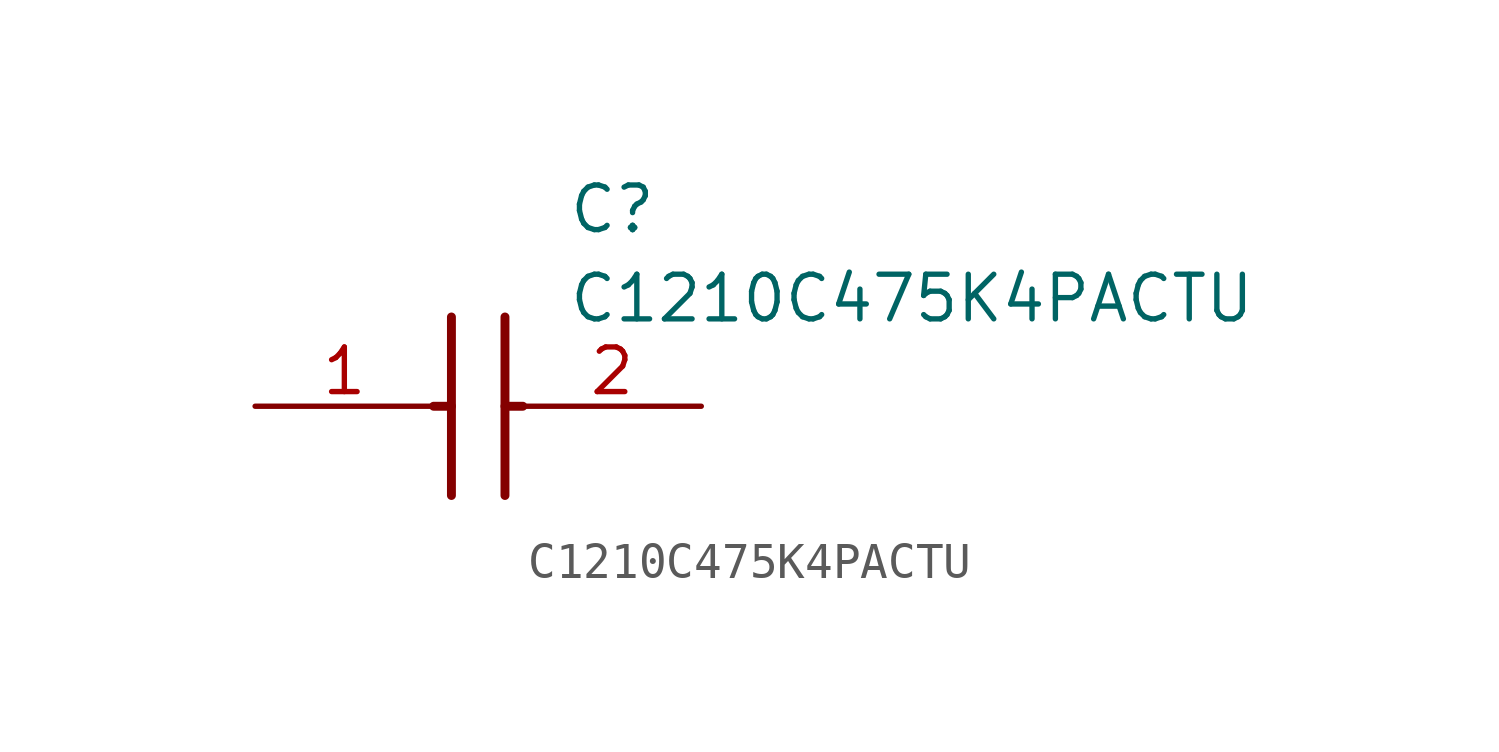
<source format=kicad_sym>
(kicad_symbol_lib
  (version 20211014)
  (generator SamacSys_ECAD_Model)
  (symbol "C1210C475K4PACTU"
    (pin_names hide)
    (property "Reference" "C"
      (at 8.89 6.35 0)
      (effects (font (size 1.27 1.27)) (justify left top)))
    (property "Value" "C1210C475K4PACTU"
      (at 8.89 3.81 0)
      (effects (font (size 1.27 1.27)) (justify left top)))
    (polyline
      (pts (xy 5.588 2.54) (xy 5.588 -2.54))
      (stroke (width 0.254) (type default))
      (fill (type none)))
    (polyline
      (pts (xy 7.112 2.54) (xy 7.112 -2.54))
      (stroke (width 0.254) (type default))
      (fill (type none)))
    (polyline
      (pts (xy 5.08 0) (xy 5.588 0))
      (stroke (width 0.254) (type default))
      (fill (type none)))
    (polyline
      (pts (xy 7.112 0) (xy 7.62 0))
      (stroke (width 0.254) (type default))
      (fill (type none)))
    (pin passive line
      (at 0 0 0)
      (length 5.08)
      (name "1" (effects (font (size 1.27 1.27))))
      (number "1" (effects (font (size 1.27 1.27)))))
    (pin passive line
      (at 12.7 0 180)
      (length 5.08)
      (name "2" (effects (font (size 1.27 1.27))))
      (number "2" (effects (font (size 1.27 1.27)))))))
</source>
